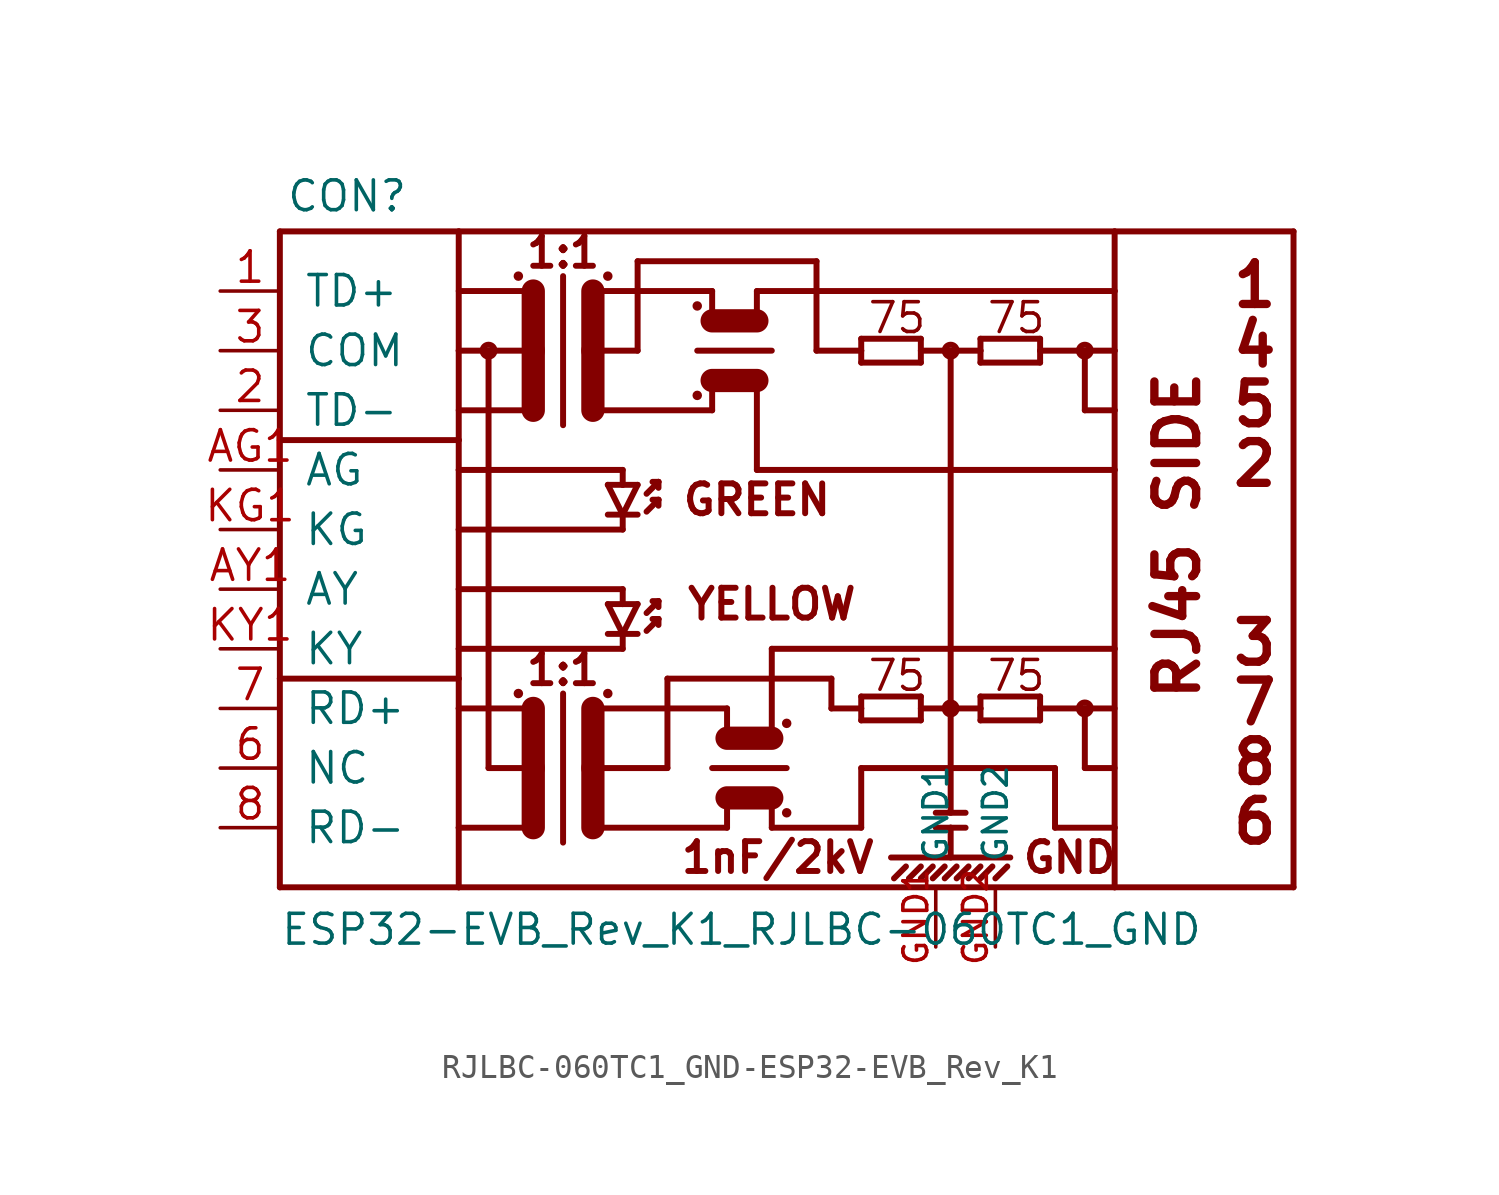
<source format=kicad_sym>
(kicad_symbol_lib
  (version 20231120)
  (generator "kicad_symbol_editor")
  (generator_version "8.0")
  (symbol "RJLBC-060TC1_GND-ESP32-EVB_Rev_K1"
    (pin_names
      (offset 1.016))
    (property "Reference" "CON"
      (at -22.606 16.002 0)
      (effects (font (size 1.27 1.27)) (justify left bottom)))
    (property "Value" "ESP32-EVB_Rev_K1_RJLBC-060TC1_GND"
      (at -22.86 -15.24 0)
      (effects (font (size 1.27 1.27)) (justify left bottom)))
    (property "ki_locked" ""
      (at 0 0 0)
      (effects (font (size 1.27 1.27))))
    (symbol "RJLBC-060TC1_GND-ESP32-EVB_Rev_K1_1_0"
      (polyline (pts (xy -22.86 -12.7) (xy -15.24 -12.7)) (stroke (width 0.254) (type solid)) (fill (type none)))
      (polyline (pts (xy -22.86 -3.81) (xy -22.86 -12.7)) (stroke (width 0.254) (type solid)) (fill (type none)))
      (polyline (pts (xy -22.86 -3.81) (xy -15.24 -3.81)) (stroke (width 0.254) (type solid)) (fill (type none)))
      (polyline (pts (xy -22.86 6.35) (xy -22.86 -3.81)) (stroke (width 0.254) (type solid)) (fill (type none)))
      (polyline (pts (xy -22.86 6.35) (xy -15.24 6.35)) (stroke (width 0.254) (type solid)) (fill (type none)))
      (polyline (pts (xy -22.86 15.24) (xy -22.86 6.35)) (stroke (width 0.254) (type solid)) (fill (type none)))
      (polyline (pts (xy -22.86 15.24) (xy -15.24 15.24)) (stroke (width 0.254) (type solid)) (fill (type none)))
      (polyline (pts (xy -15.24 -12.7) (xy 12.7 -12.7)) (stroke (width 0.254) (type solid)) (fill (type none)))
      (polyline (pts (xy -15.24 -10.16) (xy -15.24 -12.7)) (stroke (width 0.254) (type solid)) (fill (type none)))
      (polyline (pts (xy -15.24 -10.16) (xy -12.065 -10.16)) (stroke (width 0.254) (type solid)) (fill (type none)))
      (polyline (pts (xy -15.24 -5.08) (xy -15.24 -10.16)) (stroke (width 0.254) (type solid)) (fill (type none)))
      (polyline (pts (xy -15.24 -3.81) (xy -15.24 -5.08)) (stroke (width 0.254) (type solid)) (fill (type none)))
      (polyline (pts (xy -15.24 -2.54) (xy -15.24 -3.81)) (stroke (width 0.254) (type solid)) (fill (type none)))
      (polyline (pts (xy -15.24 0) (xy -15.24 -2.54)) (stroke (width 0.254) (type solid)) (fill (type none)))
      (polyline (pts (xy -15.24 2.54) (xy -15.24 0)) (stroke (width 0.254) (type solid)) (fill (type none)))
      (polyline (pts (xy -15.24 5.08) (xy -15.24 2.54)) (stroke (width 0.254) (type solid)) (fill (type none)))
      (polyline (pts (xy -15.24 6.35) (xy -15.24 5.08)) (stroke (width 0.254) (type solid)) (fill (type none)))
      (polyline (pts (xy -15.24 10.16) (xy -15.24 6.35)) (stroke (width 0.254) (type solid)) (fill (type none)))
      (polyline (pts (xy -15.24 15.24) (xy -15.24 10.16)) (stroke (width 0.254) (type solid)) (fill (type none)))
      (polyline (pts (xy -15.24 15.24) (xy 12.7 15.24)) (stroke (width 0.254) (type solid)) (fill (type none)))
      (polyline (pts (xy -13.97 -7.62) (xy -12.065 -7.62)) (stroke (width 0.254) (type solid)) (fill (type none)))
      (polyline (pts (xy -13.97 10.16) (xy -15.24 10.16)) (stroke (width 0.254) (type solid)) (fill (type none)))
      (polyline (pts (xy -13.97 10.16) (xy -13.97 -7.62)) (stroke (width 0.254) (type solid)) (fill (type none)))
      (polyline (pts (xy -12.065 -7.62) (xy -12.065 -10.16)) (stroke (width 0.991) (type solid)) (fill (type none)))
      (polyline (pts (xy -12.065 -5.08) (xy -15.24 -5.08)) (stroke (width 0.254) (type solid)) (fill (type none)))
      (polyline (pts (xy -12.065 -5.08) (xy -12.065 -7.62)) (stroke (width 0.991) (type solid)) (fill (type none)))
      (polyline (pts (xy -12.065 7.62) (xy -15.24 7.62)) (stroke (width 0.254) (type solid)) (fill (type none)))
      (polyline (pts (xy -12.065 10.16) (xy -13.97 10.16)) (stroke (width 0.254) (type solid)) (fill (type none)))
      (polyline (pts (xy -12.065 10.16) (xy -12.065 7.62)) (stroke (width 0.991) (type solid)) (fill (type none)))
      (polyline (pts (xy -12.065 12.7) (xy -15.24 12.7)) (stroke (width 0.254) (type solid)) (fill (type none)))
      (polyline (pts (xy -12.065 12.7) (xy -12.065 10.16)) (stroke (width 0.991) (type solid)) (fill (type none)))
      (polyline (pts (xy -10.795 -4.445) (xy -10.795 -10.795)) (stroke (width 0.254) (type solid)) (fill (type none)))
      (polyline (pts (xy -10.795 13.335) (xy -10.795 6.985)) (stroke (width 0.254) (type solid)) (fill (type none)))
      (polyline (pts (xy -9.525 -7.62) (xy -9.525 -10.16)) (stroke (width 0.991) (type solid)) (fill (type none)))
      (polyline (pts (xy -9.525 -7.62) (xy -6.35 -7.62)) (stroke (width 0.254) (type solid)) (fill (type none)))
      (polyline (pts (xy -9.525 -5.08) (xy -9.525 -7.62)) (stroke (width 0.991) (type solid)) (fill (type none)))
      (polyline (pts (xy -9.525 -5.08) (xy -3.81 -5.08)) (stroke (width 0.254) (type solid)) (fill (type none)))
      (polyline (pts (xy -9.525 10.16) (xy -9.525 7.62)) (stroke (width 0.991) (type solid)) (fill (type none)))
      (polyline (pts (xy -9.525 10.16) (xy -7.62 10.16)) (stroke (width 0.254) (type solid)) (fill (type none)))
      (polyline (pts (xy -9.525 12.7) (xy -9.525 10.16)) (stroke (width 0.991) (type solid)) (fill (type none)))
      (polyline (pts (xy -9.525 12.7) (xy -4.445 12.7)) (stroke (width 0.254) (type solid)) (fill (type none)))
      (polyline (pts (xy -8.89 -1.905) (xy -8.255 -1.905)) (stroke (width 0.254) (type solid)) (fill (type none)))
      (polyline (pts (xy -8.89 -0.635) (xy -8.255 -0.635)) (stroke (width 0.254) (type solid)) (fill (type none)))
      (polyline (pts (xy -8.89 3.175) (xy -8.255 3.175)) (stroke (width 0.254) (type solid)) (fill (type none)))
      (polyline (pts (xy -8.89 4.445) (xy -8.255 4.445)) (stroke (width 0.254) (type solid)) (fill (type none)))
      (polyline (pts (xy -8.255 -2.54) (xy -15.24 -2.54)) (stroke (width 0.254) (type solid)) (fill (type none)))
      (polyline (pts (xy -8.255 -1.905) (xy -8.89 -0.635)) (stroke (width 0.254) (type solid)) (fill (type none)))
      (polyline (pts (xy -8.255 -1.905) (xy -8.255 -2.54)) (stroke (width 0.254) (type solid)) (fill (type none)))
      (polyline (pts (xy -8.255 -1.905) (xy -7.62 -1.905)) (stroke (width 0.254) (type solid)) (fill (type none)))
      (polyline (pts (xy -8.255 -0.635) (xy -8.255 0)) (stroke (width 0.254) (type solid)) (fill (type none)))
      (polyline (pts (xy -8.255 -0.635) (xy -7.62 -0.635)) (stroke (width 0.254) (type solid)) (fill (type none)))
      (polyline (pts (xy -8.255 0) (xy -15.24 0)) (stroke (width 0.254) (type solid)) (fill (type none)))
      (polyline (pts (xy -8.255 2.54) (xy -15.24 2.54)) (stroke (width 0.254) (type solid)) (fill (type none)))
      (polyline (pts (xy -8.255 3.175) (xy -8.89 4.445)) (stroke (width 0.254) (type solid)) (fill (type none)))
      (polyline (pts (xy -8.255 3.175) (xy -8.255 2.54)) (stroke (width 0.254) (type solid)) (fill (type none)))
      (polyline (pts (xy -8.255 3.175) (xy -7.62 3.175)) (stroke (width 0.254) (type solid)) (fill (type none)))
      (polyline (pts (xy -8.255 4.445) (xy -8.255 5.08)) (stroke (width 0.254) (type solid)) (fill (type none)))
      (polyline (pts (xy -8.255 4.445) (xy -7.62 4.445)) (stroke (width 0.254) (type solid)) (fill (type none)))
      (polyline (pts (xy -8.255 5.08) (xy -15.24 5.08)) (stroke (width 0.254) (type solid)) (fill (type none)))
      (polyline (pts (xy -7.62 -0.635) (xy -8.255 -1.905)) (stroke (width 0.254) (type solid)) (fill (type none)))
      (polyline (pts (xy -7.62 4.445) (xy -8.255 3.175)) (stroke (width 0.254) (type solid)) (fill (type none)))
      (polyline (pts (xy -7.62 10.16) (xy -7.62 13.97)) (stroke (width 0.254) (type solid)) (fill (type none)))
      (polyline (pts (xy -7.62 13.97) (xy 0 13.97)) (stroke (width 0.254) (type solid)) (fill (type none)))
      (polyline (pts (xy -7.239 -1.778) (xy -6.731 -1.27)) (stroke (width 0.254) (type solid)) (fill (type none)))
      (polyline (pts (xy -7.239 -1.016) (xy -6.731 -0.508)) (stroke (width 0.254) (type solid)) (fill (type none)))
      (polyline (pts (xy -7.239 3.302) (xy -6.731 3.81)) (stroke (width 0.254) (type solid)) (fill (type none)))
      (polyline (pts (xy -7.239 4.064) (xy -6.731 4.572)) (stroke (width 0.254) (type solid)) (fill (type none)))
      (polyline (pts (xy -6.731 -1.27) (xy -6.985 -1.27)) (stroke (width 0.254) (type solid)) (fill (type none)))
      (polyline (pts (xy -6.731 -1.27) (xy -6.731 -1.524)) (stroke (width 0.254) (type solid)) (fill (type none)))
      (polyline (pts (xy -6.731 -0.508) (xy -6.985 -0.508)) (stroke (width 0.254) (type solid)) (fill (type none)))
      (polyline (pts (xy -6.731 -0.508) (xy -6.731 -0.762)) (stroke (width 0.254) (type solid)) (fill (type none)))
      (polyline (pts (xy -6.731 3.81) (xy -6.985 3.81)) (stroke (width 0.254) (type solid)) (fill (type none)))
      (polyline (pts (xy -6.731 3.81) (xy -6.731 3.556)) (stroke (width 0.254) (type solid)) (fill (type none)))
      (polyline (pts (xy -6.731 4.572) (xy -6.985 4.572)) (stroke (width 0.254) (type solid)) (fill (type none)))
      (polyline (pts (xy -6.731 4.572) (xy -6.731 4.318)) (stroke (width 0.254) (type solid)) (fill (type none)))
      (polyline (pts (xy -6.35 -7.62) (xy -6.35 -3.81)) (stroke (width 0.254) (type solid)) (fill (type none)))
      (polyline (pts (xy -6.35 -3.81) (xy 0.635 -3.81)) (stroke (width 0.254) (type solid)) (fill (type none)))
      (polyline (pts (xy -5.08 10.16) (xy -1.905 10.16)) (stroke (width 0.254) (type solid)) (fill (type none)))
      (polyline (pts (xy -4.445 -7.62) (xy -1.27 -7.62)) (stroke (width 0.254) (type solid)) (fill (type none)))
      (polyline (pts (xy -4.445 7.62) (xy -9.525 7.62)) (stroke (width 0.254) (type solid)) (fill (type none)))
      (polyline (pts (xy -4.445 8.89) (xy -4.445 7.62)) (stroke (width 0.254) (type solid)) (fill (type none)))
      (polyline (pts (xy -4.445 8.89) (xy -2.54 8.89)) (stroke (width 0.991) (type solid)) (fill (type none)))
      (polyline (pts (xy -4.445 11.43) (xy -4.445 12.7)) (stroke (width 0.254) (type solid)) (fill (type none)))
      (polyline (pts (xy -4.445 11.43) (xy -2.54 11.43)) (stroke (width 0.991) (type solid)) (fill (type none)))
      (polyline (pts (xy -3.81 -10.16) (xy -9.525 -10.16)) (stroke (width 0.254) (type solid)) (fill (type none)))
      (polyline (pts (xy -3.81 -10.16) (xy -3.81 -8.89)) (stroke (width 0.254) (type solid)) (fill (type none)))
      (polyline (pts (xy -3.81 -8.89) (xy -1.905 -8.89)) (stroke (width 0.991) (type solid)) (fill (type none)))
      (polyline (pts (xy -3.81 -6.35) (xy -3.81 -5.08)) (stroke (width 0.254) (type solid)) (fill (type none)))
      (polyline (pts (xy -3.81 -6.35) (xy -1.905 -6.35)) (stroke (width 0.991) (type solid)) (fill (type none)))
      (polyline (pts (xy -2.54 5.08) (xy 12.7 5.08)) (stroke (width 0.254) (type solid)) (fill (type none)))
      (polyline (pts (xy -2.54 8.89) (xy -2.54 5.08)) (stroke (width 0.254) (type solid)) (fill (type none)))
      (polyline (pts (xy -2.54 11.43) (xy -2.54 12.7)) (stroke (width 0.254) (type solid)) (fill (type none)))
      (polyline (pts (xy -2.54 12.7) (xy 12.7 12.7)) (stroke (width 0.254) (type solid)) (fill (type none)))
      (polyline (pts (xy -1.905 -8.89) (xy -1.905 -10.16)) (stroke (width 0.254) (type solid)) (fill (type none)))
      (polyline (pts (xy -1.905 -6.35) (xy -1.905 -2.54)) (stroke (width 0.254) (type solid)) (fill (type none)))
      (polyline (pts (xy -1.905 -2.54) (xy 12.7 -2.54)) (stroke (width 0.254) (type solid)) (fill (type none)))
      (polyline (pts (xy 0 10.16) (xy 1.905 10.16)) (stroke (width 0.254) (type solid)) (fill (type none)))
      (polyline (pts (xy 0 13.97) (xy 0 10.16)) (stroke (width 0.254) (type solid)) (fill (type none)))
      (polyline (pts (xy 0.635 -5.08) (xy 1.905 -5.08)) (stroke (width 0.254) (type solid)) (fill (type none)))
      (polyline (pts (xy 0.635 -3.81) (xy 0.635 -5.08)) (stroke (width 0.254) (type solid)) (fill (type none)))
      (polyline (pts (xy 1.905 -10.16) (xy -1.905 -10.16)) (stroke (width 0.254) (type solid)) (fill (type none)))
      (polyline (pts (xy 1.905 -7.62) (xy 1.905 -10.16)) (stroke (width 0.254) (type solid)) (fill (type none)))
      (polyline (pts (xy 1.905 -5.588) (xy 4.445 -5.588)) (stroke (width 0.254) (type solid)) (fill (type none)))
      (polyline (pts (xy 1.905 -5.08) (xy 1.905 -5.588)) (stroke (width 0.254) (type solid)) (fill (type none)))
      (polyline (pts (xy 1.905 -4.572) (xy 1.905 -5.08)) (stroke (width 0.254) (type solid)) (fill (type none)))
      (polyline (pts (xy 1.905 9.652) (xy 4.445 9.652)) (stroke (width 0.254) (type solid)) (fill (type none)))
      (polyline (pts (xy 1.905 10.16) (xy 1.905 9.652)) (stroke (width 0.254) (type solid)) (fill (type none)))
      (polyline (pts (xy 1.905 10.668) (xy 1.905 10.16)) (stroke (width 0.254) (type solid)) (fill (type none)))
      (polyline (pts (xy 3.175 -11.43) (xy 8.255 -11.43)) (stroke (width 0.254) (type solid)) (fill (type none)))
      (polyline (pts (xy 3.302 -12.319) (xy 3.81 -11.811)) (stroke (width 0.254) (type solid)) (fill (type none)))
      (polyline (pts (xy 3.937 -12.319) (xy 4.445 -11.811)) (stroke (width 0.254) (type solid)) (fill (type none)))
      (polyline (pts (xy 4.445 -12.319) (xy 4.953 -11.811)) (stroke (width 0.254) (type solid)) (fill (type none)))
      (polyline (pts (xy 4.445 -5.588) (xy 4.445 -4.572)) (stroke (width 0.254) (type solid)) (fill (type none)))
      (polyline (pts (xy 4.445 -5.08) (xy 5.715 -5.08)) (stroke (width 0.254) (type solid)) (fill (type none)))
      (polyline (pts (xy 4.445 -4.572) (xy 1.905 -4.572)) (stroke (width 0.254) (type solid)) (fill (type none)))
      (polyline (pts (xy 4.445 9.652) (xy 4.445 10.668)) (stroke (width 0.254) (type solid)) (fill (type none)))
      (polyline (pts (xy 4.445 10.16) (xy 5.715 10.16)) (stroke (width 0.254) (type solid)) (fill (type none)))
      (polyline (pts (xy 4.445 10.668) (xy 1.905 10.668)) (stroke (width 0.254) (type solid)) (fill (type none)))
      (polyline (pts (xy 4.953 -12.319) (xy 5.461 -11.811)) (stroke (width 0.254) (type solid)) (fill (type none)))
      (polyline (pts (xy 5.08 -10.16) (xy 5.715 -10.16)) (stroke (width 0.254) (type solid)) (fill (type none)))
      (polyline (pts (xy 5.08 -9.525) (xy 6.35 -9.525)) (stroke (width 0.254) (type solid)) (fill (type none)))
      (polyline (pts (xy 5.461 -12.319) (xy 5.969 -11.811)) (stroke (width 0.254) (type solid)) (fill (type none)))
      (polyline (pts (xy 5.715 -10.16) (xy 5.715 -11.43)) (stroke (width 0.254) (type solid)) (fill (type none)))
      (polyline (pts (xy 5.715 -10.16) (xy 6.35 -10.16)) (stroke (width 0.254) (type solid)) (fill (type none)))
      (polyline (pts (xy 5.715 -5.08) (xy 5.715 -9.525)) (stroke (width 0.254) (type solid)) (fill (type none)))
      (polyline (pts (xy 5.715 -5.08) (xy 6.985 -5.08)) (stroke (width 0.254) (type solid)) (fill (type none)))
      (polyline (pts (xy 5.715 10.16) (xy 5.715 -5.08)) (stroke (width 0.254) (type solid)) (fill (type none)))
      (polyline (pts (xy 5.715 10.16) (xy 6.985 10.16)) (stroke (width 0.254) (type solid)) (fill (type none)))
      (polyline (pts (xy 5.969 -12.319) (xy 6.477 -11.811)) (stroke (width 0.254) (type solid)) (fill (type none)))
      (polyline (pts (xy 6.477 -12.319) (xy 6.985 -11.811)) (stroke (width 0.254) (type solid)) (fill (type none)))
      (polyline (pts (xy 6.985 -12.319) (xy 7.493 -11.811)) (stroke (width 0.254) (type solid)) (fill (type none)))
      (polyline (pts (xy 6.985 -5.588) (xy 9.525 -5.588)) (stroke (width 0.254) (type solid)) (fill (type none)))
      (polyline (pts (xy 6.985 -5.08) (xy 6.985 -5.588)) (stroke (width 0.254) (type solid)) (fill (type none)))
      (polyline (pts (xy 6.985 -4.572) (xy 6.985 -5.08)) (stroke (width 0.254) (type solid)) (fill (type none)))
      (polyline (pts (xy 6.985 9.652) (xy 9.525 9.652)) (stroke (width 0.254) (type solid)) (fill (type none)))
      (polyline (pts (xy 6.985 10.16) (xy 6.985 9.652)) (stroke (width 0.254) (type solid)) (fill (type none)))
      (polyline (pts (xy 6.985 10.668) (xy 6.985 10.16)) (stroke (width 0.254) (type solid)) (fill (type none)))
      (polyline (pts (xy 7.62 -12.319) (xy 8.128 -11.811)) (stroke (width 0.254) (type solid)) (fill (type none)))
      (polyline (pts (xy 9.525 -5.588) (xy 9.525 -5.08)) (stroke (width 0.254) (type solid)) (fill (type none)))
      (polyline (pts (xy 9.525 -5.08) (xy 9.525 -4.572)) (stroke (width 0.254) (type solid)) (fill (type none)))
      (polyline (pts (xy 9.525 -5.08) (xy 11.43 -5.08)) (stroke (width 0.254) (type solid)) (fill (type none)))
      (polyline (pts (xy 9.525 -4.572) (xy 6.985 -4.572)) (stroke (width 0.254) (type solid)) (fill (type none)))
      (polyline (pts (xy 9.525 9.652) (xy 9.525 10.16)) (stroke (width 0.254) (type solid)) (fill (type none)))
      (polyline (pts (xy 9.525 10.16) (xy 9.525 10.668)) (stroke (width 0.254) (type solid)) (fill (type none)))
      (polyline (pts (xy 9.525 10.16) (xy 11.43 10.16)) (stroke (width 0.254) (type solid)) (fill (type none)))
      (polyline (pts (xy 9.525 10.668) (xy 6.985 10.668)) (stroke (width 0.254) (type solid)) (fill (type none)))
      (polyline (pts (xy 10.16 -10.16) (xy 10.16 -7.62)) (stroke (width 0.254) (type solid)) (fill (type none)))
      (polyline (pts (xy 10.16 -7.62) (xy 1.905 -7.62)) (stroke (width 0.254) (type solid)) (fill (type none)))
      (polyline (pts (xy 11.43 -7.62) (xy 12.7 -7.62)) (stroke (width 0.254) (type solid)) (fill (type none)))
      (polyline (pts (xy 11.43 -5.08) (xy 11.43 -7.62)) (stroke (width 0.254) (type solid)) (fill (type none)))
      (polyline (pts (xy 11.43 -5.08) (xy 12.7 -5.08)) (stroke (width 0.254) (type solid)) (fill (type none)))
      (polyline (pts (xy 11.43 7.62) (xy 12.7 7.62)) (stroke (width 0.254) (type solid)) (fill (type none)))
      (polyline (pts (xy 11.43 10.16) (xy 11.43 7.62)) (stroke (width 0.254) (type solid)) (fill (type none)))
      (polyline (pts (xy 11.43 10.16) (xy 12.7 10.16)) (stroke (width 0.254) (type solid)) (fill (type none)))
      (polyline (pts (xy 12.7 -12.7) (xy 20.32 -12.7)) (stroke (width 0.254) (type solid)) (fill (type none)))
      (polyline (pts (xy 12.7 -10.16) (xy 10.16 -10.16)) (stroke (width 0.254) (type solid)) (fill (type none)))
      (polyline (pts (xy 12.7 -10.16) (xy 12.7 -12.7)) (stroke (width 0.254) (type solid)) (fill (type none)))
      (polyline (pts (xy 12.7 -2.54) (xy 12.7 -10.16)) (stroke (width 0.254) (type solid)) (fill (type none)))
      (polyline (pts (xy 12.7 5.08) (xy 12.7 -2.54)) (stroke (width 0.254) (type solid)) (fill (type none)))
      (polyline (pts (xy 12.7 7.62) (xy 12.7 5.08)) (stroke (width 0.254) (type solid)) (fill (type none)))
      (polyline (pts (xy 12.7 10.16) (xy 12.7 7.62)) (stroke (width 0.254) (type solid)) (fill (type none)))
      (polyline (pts (xy 12.7 12.7) (xy 12.7 10.16)) (stroke (width 0.254) (type solid)) (fill (type none)))
      (polyline (pts (xy 12.7 15.24) (xy 12.7 12.7)) (stroke (width 0.254) (type solid)) (fill (type none)))
      (polyline (pts (xy 12.7 15.24) (xy 20.32 15.24)) (stroke (width 0.254) (type solid)) (fill (type none)))
      (polyline (pts (xy 20.32 15.24) (xy 20.32 -12.7)) (stroke (width 0.254) (type solid)) (fill (type none)))
      (text "1" (at 18.669 12.954 0) (effects (font (size 1.778 1.778) (bold yes))))
      (text "1:1" (at -10.795 -3.429 0) (effects (font (size 1.27 1.27) (bold yes))))
      (text "1:1" (at -10.795 14.351 0) (effects (font (size 1.27 1.27) (bold yes))))
      (text "1nF/2kV" (at -1.651 -11.43 0) (effects (font (size 1.27 1.27) (bold yes))))
      (text "2" (at 18.669 5.334 0) (effects (font (size 1.778 1.778) (bold yes))))
      (text "3" (at 18.669 -2.286 0) (effects (font (size 1.778 1.778) (bold yes))))
      (text "4" (at 18.669 10.414 0) (effects (font (size 1.778 1.778) (bold yes))))
      (text "5" (at 18.669 7.874 0) (effects (font (size 1.778 1.778) (bold yes))))
      (text "6" (at 18.669 -9.906 0) (effects (font (size 1.778 1.778) (bold yes))))
      (text "7" (at 18.669 -4.826 0) (effects (font (size 1.778 1.778) (bold yes))))
      (text "75" (at 3.429 -3.683 0) (effects (font (size 1.27 1.27))))
      (text "75" (at 3.429 11.557 0) (effects (font (size 1.27 1.27))))
      (text "75" (at 8.509 -3.683 0) (effects (font (size 1.27 1.27))))
      (text "75" (at 8.509 11.557 0) (effects (font (size 1.27 1.27))))
      (text "8" (at 18.669 -7.366 0) (effects (font (size 1.778 1.778) (bold yes))))
      (text "GND" (at 10.795 -11.43 0) (effects (font (size 1.27 1.27) (bold yes))))
      (text "GREEN" (at -2.54 3.81 0) (effects (font (size 1.27 1.27) (bold yes))))
      (text "RJ45 SIDE" (at 15.367 2.286 900) (effects (font (size 1.778 1.778) (bold yes))))
      (text "YELLOW" (at -1.905 -0.635 0) (effects (font (size 1.27 1.27) (bold yes)))))
    (symbol "RJLBC-060TC1_GND-ESP32-EVB_Rev_K1_1_1"
      (circle (center -13.97 10.16) (radius 0.254) (stroke (width 0.254) (type solid)) (fill (type none)))
      (circle (center -12.7 -4.445) (radius 0.127) (stroke (width 0) (type solid)) (fill (type outline)))
      (circle (center -12.7 13.335) (radius 0.127) (stroke (width 0) (type solid)) (fill (type outline)))
      (circle (center -8.89 -4.445) (radius 0.127) (stroke (width 0) (type solid)) (fill (type outline)))
      (circle (center -8.89 13.335) (radius 0.127) (stroke (width 0) (type solid)) (fill (type outline)))
      (circle (center -5.08 8.255) (radius 0.127) (stroke (width 0) (type solid)) (fill (type outline)))
      (circle (center -5.08 12.065) (radius 0.127) (stroke (width 0) (type solid)) (fill (type outline)))
      (circle (center -1.27 -9.525) (radius 0.127) (stroke (width 0) (type solid)) (fill (type outline)))
      (circle (center -1.27 -5.715) (radius 0.127) (stroke (width 0) (type solid)) (fill (type outline)))
      (circle (center 5.715 -5.08) (radius 0.254) (stroke (width 0.254) (type solid)) (fill (type none)))
      (circle (center 5.715 10.16) (radius 0.254) (stroke (width 0.254) (type solid)) (fill (type none)))
      (circle (center 11.43 -5.08) (radius 0.254) (stroke (width 0.254) (type solid)) (fill (type none)))
      (circle (center 11.43 10.16) (radius 0.254) (stroke (width 0.254) (type solid)) (fill (type none)))
      (pin bidirectional line (at -25.4 12.7 0) (length 2.54) (name "TD+" (effects (font (size 1.295 1.295)))) (number "1" (effects (font (size 1.295 1.295)))))
      (pin bidirectional line (at -25.4 7.62 0) (length 2.54) (name "TD-" (effects (font (size 1.295 1.295)))) (number "2" (effects (font (size 1.295 1.295)))))
      (pin input line (at -25.4 10.16 0) (length 2.54) (name "COM" (effects (font (size 1.295 1.295)))) (number "3" (effects (font (size 1.295 1.295)))))
      (pin input line (at -25.4 -7.62 0) (length 2.54) (name "NC" (effects (font (size 1.295 1.295)))) (number "6" (effects (font (size 1.295 1.295)))))
      (pin bidirectional line (at -25.4 -5.08 0) (length 2.54) (name "RD+" (effects (font (size 1.295 1.295)))) (number "7" (effects (font (size 1.295 1.295)))))
      (pin bidirectional line (at -25.4 -10.16 0) (length 2.54) (name "RD-" (effects (font (size 1.295 1.295)))) (number "8" (effects (font (size 1.295 1.295)))))
      (pin passive line (at -25.4 5.08 0) (length 2.54) (name "AG" (effects (font (size 1.295 1.295)))) (number "AG1" (effects (font (size 1.295 1.295)))))
      (pin passive line (at -25.4 0 0) (length 2.54) (name "AY" (effects (font (size 1.295 1.295)))) (number "AY1" (effects (font (size 1.295 1.295)))))
      (pin input line (at 5.08 -15.24 90) (length 2.54) (name "GND1" (effects (font (size 1.016 1.016)))) (number "GND1" (effects (font (size 1.016 1.016)))))
      (pin input line (at 7.62 -15.24 90) (length 2.54) (name "GND2" (effects (font (size 1.016 1.016)))) (number "GND2" (effects (font (size 1.016 1.016)))))
      (pin passive line (at -25.4 2.54 0) (length 2.54) (name "KG" (effects (font (size 1.295 1.295)))) (number "KG1" (effects (font (size 1.295 1.295)))))
      (pin passive line (at -25.4 -2.54 0) (length 2.54) (name "KY" (effects (font (size 1.295 1.295)))) (number "KY1" (effects (font (size 1.295 1.295))))))))
</source>
